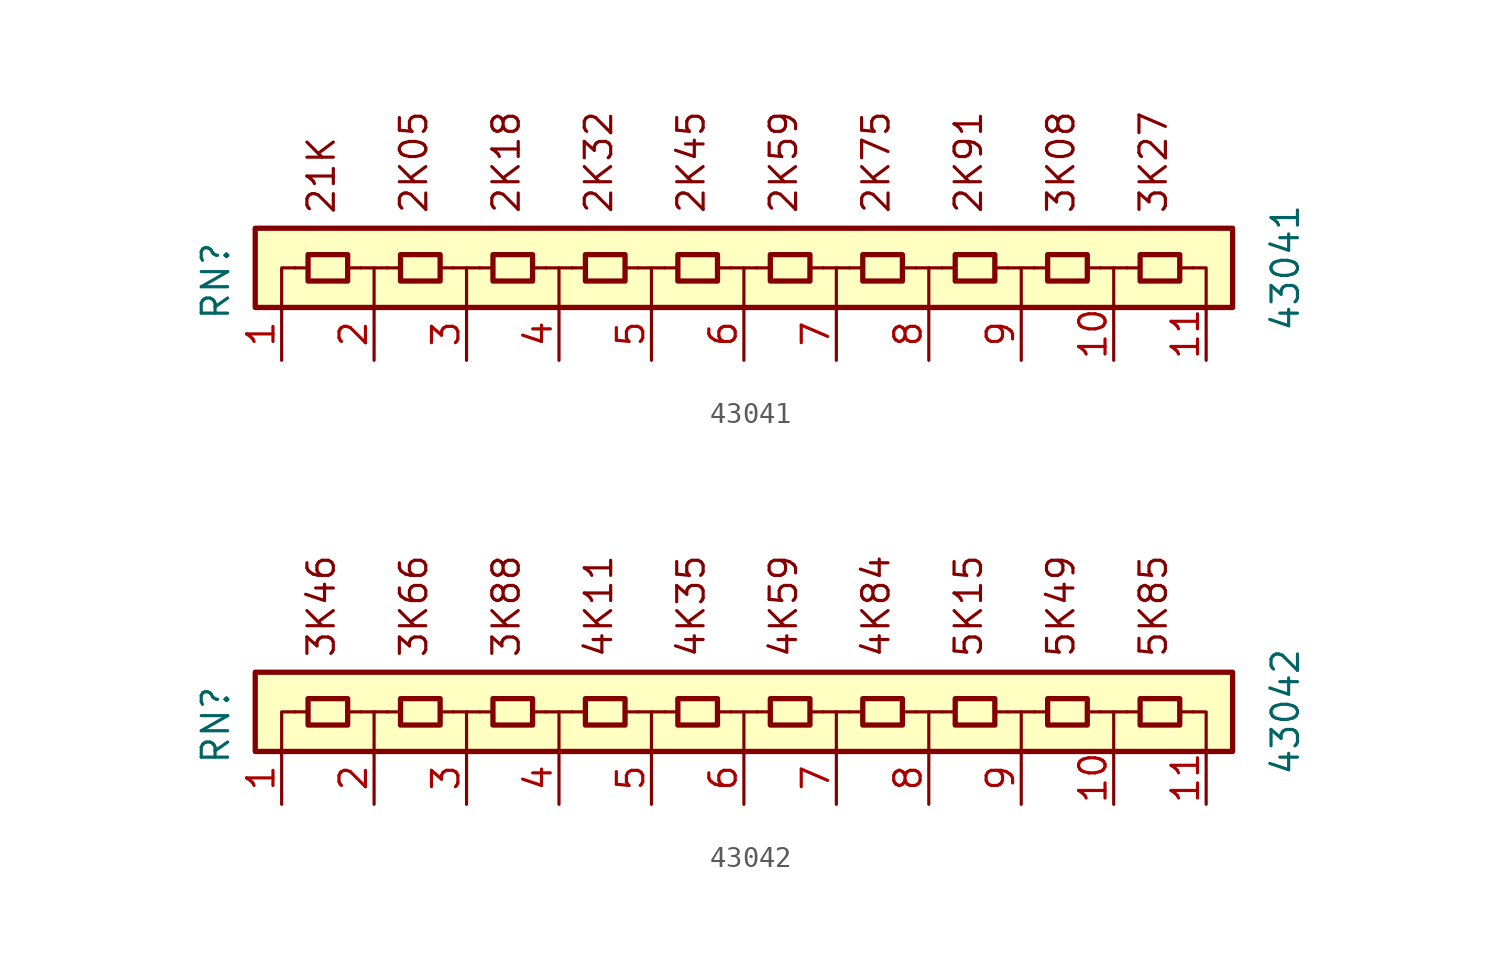
<source format=kicad_sym>
(kicad_symbol_lib
  (version 20211014)
  (generator kicad_symbol_editor)
  (symbol "43041"
    (pin_names
      (offset 0) hide)
    (property "Reference" "RN"
      (at -25.4 -0.635 90)
      (effects (font (size 1.27 1.27))))
    (property "Value" "43041"
      (at 26.035 0 90)
      (effects (font (size 1.27 1.27))))
    (symbol "43041_0_0"
      (text "21K" (at -20.32 4.445 900) (effects (font (size 1.27 1.27))))
      (text "2K05" (at -15.875 5.08 900) (effects (font (size 1.27 1.27))))
      (text "2K18" (at -11.43 5.08 900) (effects (font (size 1.27 1.27))))
      (text "2K32" (at -6.985 5.08 900) (effects (font (size 1.27 1.27))))
      (text "2K45" (at -2.54 5.08 900) (effects (font (size 1.27 1.27))))
      (text "2K59" (at 1.905 5.08 900) (effects (font (size 1.27 1.27))))
      (text "2K75" (at 6.35 5.08 900) (effects (font (size 1.27 1.27))))
      (text "2K91" (at 10.795 5.08 900) (effects (font (size 1.27 1.27))))
      (text "3K08" (at 15.24 5.08 900) (effects (font (size 1.27 1.27))))
      (text "3K27" (at 19.685 5.08 900) (effects (font (size 1.27 1.27)))))
    (symbol "43041_0_1"
      (rectangle (start -23.495 1.905) (end 23.495 -1.905) (stroke (width 0.254) (type default) (color 0 0 0 0)) (fill (type background)))
      (rectangle (start -20.955 0.635) (end -19.05 -0.635) (stroke (width 0.254) (type default) (color 0 0 0 0)) (fill (type none)))
      (rectangle (start -16.51 0.635) (end -14.605 -0.635) (stroke (width 0.254) (type default) (color 0 0 0 0)) (fill (type none)))
      (rectangle (start -12.065 0.635) (end -10.16 -0.635) (stroke (width 0.254) (type default) (color 0 0 0 0)) (fill (type none)))
      (rectangle (start -7.62 0.635) (end -5.715 -0.635) (stroke (width 0.254) (type default) (color 0 0 0 0)) (fill (type none)))
      (rectangle (start -3.175 0.635) (end -1.27 -0.635) (stroke (width 0.254) (type default) (color 0 0 0 0)) (fill (type none)))
      (polyline (pts (xy -20.955 0) (xy -21.59 0)) (stroke (width 0) (type default) (color 0 0 0 0)) (fill (type none)))
      (polyline (pts (xy -18.415 0) (xy -19.05 0)) (stroke (width 0) (type default) (color 0 0 0 0)) (fill (type none)))
      (polyline (pts (xy -18.415 0) (xy -17.145 0)) (stroke (width 0) (type default) (color 0 0 0 0)) (fill (type none)))
      (polyline (pts (xy -17.78 0) (xy -17.78 -1.905)) (stroke (width 0) (type default) (color 0 0 0 0)) (fill (type none)))
      (polyline (pts (xy -16.51 0) (xy -17.145 0)) (stroke (width 0) (type default) (color 0 0 0 0)) (fill (type none)))
      (polyline (pts (xy -13.97 0) (xy -14.605 0)) (stroke (width 0) (type default) (color 0 0 0 0)) (fill (type none)))
      (polyline (pts (xy -13.97 0) (xy -12.7 0)) (stroke (width 0) (type default) (color 0 0 0 0)) (fill (type none)))
      (polyline (pts (xy -13.335 0) (xy -13.335 -1.905)) (stroke (width 0) (type default) (color 0 0 0 0)) (fill (type none)))
      (polyline (pts (xy -12.065 0) (xy -12.7 0)) (stroke (width 0) (type default) (color 0 0 0 0)) (fill (type none)))
      (polyline (pts (xy -9.525 0) (xy -10.16 0)) (stroke (width 0) (type default) (color 0 0 0 0)) (fill (type none)))
      (polyline (pts (xy -9.525 0) (xy -8.255 0)) (stroke (width 0) (type default) (color 0 0 0 0)) (fill (type none)))
      (polyline (pts (xy -8.89 0) (xy -8.89 -1.905)) (stroke (width 0) (type default) (color 0 0 0 0)) (fill (type none)))
      (polyline (pts (xy -7.62 0) (xy -8.255 0)) (stroke (width 0) (type default) (color 0 0 0 0)) (fill (type none)))
      (polyline (pts (xy -5.08 0) (xy -5.715 0)) (stroke (width 0) (type default) (color 0 0 0 0)) (fill (type none)))
      (polyline (pts (xy -5.08 0) (xy -3.81 0)) (stroke (width 0) (type default) (color 0 0 0 0)) (fill (type none)))
      (polyline (pts (xy -4.445 0) (xy -4.445 -1.905)) (stroke (width 0) (type default) (color 0 0 0 0)) (fill (type none)))
      (polyline (pts (xy -3.175 0) (xy -3.81 0)) (stroke (width 0) (type default) (color 0 0 0 0)) (fill (type none)))
      (polyline (pts (xy -0.635 0) (xy -1.27 0)) (stroke (width 0) (type default) (color 0 0 0 0)) (fill (type none)))
      (polyline (pts (xy -0.635 0) (xy 0.635 0)) (stroke (width 0) (type default) (color 0 0 0 0)) (fill (type none)))
      (polyline (pts (xy 0 0) (xy 0 -1.905)) (stroke (width 0) (type default) (color 0 0 0 0)) (fill (type none)))
      (polyline (pts (xy 1.27 0) (xy 0.635 0)) (stroke (width 0) (type default) (color 0 0 0 0)) (fill (type none)))
      (polyline (pts (xy 3.81 0) (xy 3.175 0)) (stroke (width 0) (type default) (color 0 0 0 0)) (fill (type none)))
      (polyline (pts (xy 3.81 0) (xy 5.08 0)) (stroke (width 0) (type default) (color 0 0 0 0)) (fill (type none)))
      (polyline (pts (xy 4.445 0) (xy 4.445 -1.905)) (stroke (width 0) (type default) (color 0 0 0 0)) (fill (type none)))
      (polyline (pts (xy 5.715 0) (xy 5.08 0)) (stroke (width 0) (type default) (color 0 0 0 0)) (fill (type none)))
      (polyline (pts (xy 8.255 0) (xy 7.62 0)) (stroke (width 0) (type default) (color 0 0 0 0)) (fill (type none)))
      (polyline (pts (xy 8.255 0) (xy 9.525 0)) (stroke (width 0) (type default) (color 0 0 0 0)) (fill (type none)))
      (polyline (pts (xy 8.89 0) (xy 8.89 -1.905)) (stroke (width 0) (type default) (color 0 0 0 0)) (fill (type none)))
      (polyline (pts (xy 10.16 0) (xy 9.525 0)) (stroke (width 0) (type default) (color 0 0 0 0)) (fill (type none)))
      (polyline (pts (xy 12.7 0) (xy 12.065 0)) (stroke (width 0) (type default) (color 0 0 0 0)) (fill (type none)))
      (polyline (pts (xy 12.7 0) (xy 13.97 0)) (stroke (width 0) (type default) (color 0 0 0 0)) (fill (type none)))
      (polyline (pts (xy 13.335 0) (xy 13.335 -1.905)) (stroke (width 0) (type default) (color 0 0 0 0)) (fill (type none)))
      (polyline (pts (xy 14.605 0) (xy 13.97 0)) (stroke (width 0) (type default) (color 0 0 0 0)) (fill (type none)))
      (polyline (pts (xy 17.145 0) (xy 16.51 0)) (stroke (width 0) (type default) (color 0 0 0 0)) (fill (type none)))
      (polyline (pts (xy 17.145 0) (xy 18.415 0)) (stroke (width 0) (type default) (color 0 0 0 0)) (fill (type none)))
      (polyline (pts (xy 17.78 0) (xy 17.78 -1.905)) (stroke (width 0) (type default) (color 0 0 0 0)) (fill (type none)))
      (polyline (pts (xy 19.05 0) (xy 18.415 0)) (stroke (width 0) (type default) (color 0 0 0 0)) (fill (type none)))
      (polyline (pts (xy 21.59 0) (xy 20.955 0)) (stroke (width 0) (type default) (color 0 0 0 0)) (fill (type none)))
      (polyline (pts (xy -21.59 0) (xy -22.225 0) (xy -22.225 -1.905)) (stroke (width 0) (type default) (color 0 0 0 0)) (fill (type none)))
      (polyline (pts (xy 21.59 0) (xy 22.225 0) (xy 22.225 -1.905)) (stroke (width 0) (type default) (color 0 0 0 0)) (fill (type none)))
      (rectangle (start 1.27 0.635) (end 3.175 -0.635) (stroke (width 0.254) (type default) (color 0 0 0 0)) (fill (type none)))
      (rectangle (start 5.715 0.635) (end 7.62 -0.635) (stroke (width 0.254) (type default) (color 0 0 0 0)) (fill (type none)))
      (rectangle (start 10.16 0.635) (end 12.065 -0.635) (stroke (width 0.254) (type default) (color 0 0 0 0)) (fill (type none)))
      (rectangle (start 14.605 0.635) (end 16.51 -0.635) (stroke (width 0.254) (type default) (color 0 0 0 0)) (fill (type none)))
      (rectangle (start 19.05 0.635) (end 20.955 -0.635) (stroke (width 0.254) (type default) (color 0 0 0 0)) (fill (type none))))
    (symbol "43041_1_1"
      (pin passive line (at -22.225 -4.445 90) (length 2.54) (name "R1.1" (effects (font (size 1.27 1.27)))) (number "1" (effects (font (size 1.27 1.27)))))
      (pin passive line (at 17.78 -4.445 90) (length 2.54) (name "R10.1" (effects (font (size 1.27 1.27)))) (number "10" (effects (font (size 1.27 1.27)))))
      (pin passive line (at 22.225 -4.445 90) (length 2.54) (name "R10.2" (effects (font (size 1.27 1.27)))) (number "11" (effects (font (size 1.27 1.27)))))
      (pin passive line (at -17.78 -4.445 90) (length 2.54) (name "R2.1" (effects (font (size 1.27 1.27)))) (number "2" (effects (font (size 1.27 1.27)))))
      (pin passive line (at -13.335 -4.445 90) (length 2.54) (name "R3.1" (effects (font (size 1.27 1.27)))) (number "3" (effects (font (size 1.27 1.27)))))
      (pin passive line (at -8.89 -4.445 90) (length 2.54) (name "R4.1" (effects (font (size 1.27 1.27)))) (number "4" (effects (font (size 1.27 1.27)))))
      (pin passive line (at -4.445 -4.445 90) (length 2.54) (name "R5.1" (effects (font (size 1.27 1.27)))) (number "5" (effects (font (size 1.27 1.27)))))
      (pin passive line (at 0 -4.445 90) (length 2.54) (name "R6.1" (effects (font (size 1.27 1.27)))) (number "6" (effects (font (size 1.27 1.27)))))
      (pin passive line (at 4.445 -4.445 90) (length 2.54) (name "R7.1" (effects (font (size 1.27 1.27)))) (number "7" (effects (font (size 1.27 1.27)))))
      (pin passive line (at 8.89 -4.445 90) (length 2.54) (name "R8.1" (effects (font (size 1.27 1.27)))) (number "8" (effects (font (size 1.27 1.27)))))
      (pin passive line (at 13.335 -4.445 90) (length 2.54) (name "R9.1" (effects (font (size 1.27 1.27)))) (number "9" (effects (font (size 1.27 1.27)))))))
  (symbol "43042"
    (pin_names
      (offset 0) hide)
    (property "Reference" "RN"
      (at -25.4 -0.635 90)
      (effects (font (size 1.27 1.27))))
    (property "Value" "43042"
      (at 26.035 0 90)
      (effects (font (size 1.27 1.27))))
    (symbol "43042_0_0"
      (text "3K46" (at -20.32 5.08 900) (effects (font (size 1.27 1.27))))
      (text "3K66" (at -15.875 5.08 900) (effects (font (size 1.27 1.27))))
      (text "3K88" (at -11.43 5.08 900) (effects (font (size 1.27 1.27))))
      (text "4K11" (at -6.985 5.08 900) (effects (font (size 1.27 1.27))))
      (text "4K35" (at -2.54 5.08 900) (effects (font (size 1.27 1.27))))
      (text "4K59" (at 1.905 5.08 900) (effects (font (size 1.27 1.27))))
      (text "4K84" (at 6.35 5.08 900) (effects (font (size 1.27 1.27))))
      (text "5K15" (at 10.795 5.08 900) (effects (font (size 1.27 1.27))))
      (text "5K49" (at 15.24 5.08 900) (effects (font (size 1.27 1.27))))
      (text "5K85" (at 19.685 5.08 900) (effects (font (size 1.27 1.27)))))
    (symbol "43042_0_1"
      (rectangle (start -23.495 1.905) (end 23.495 -1.905) (stroke (width 0.254) (type default) (color 0 0 0 0)) (fill (type background)))
      (rectangle (start -20.955 0.635) (end -19.05 -0.635) (stroke (width 0.254) (type default) (color 0 0 0 0)) (fill (type none)))
      (rectangle (start -16.51 0.635) (end -14.605 -0.635) (stroke (width 0.254) (type default) (color 0 0 0 0)) (fill (type none)))
      (rectangle (start -12.065 0.635) (end -10.16 -0.635) (stroke (width 0.254) (type default) (color 0 0 0 0)) (fill (type none)))
      (rectangle (start -7.62 0.635) (end -5.715 -0.635) (stroke (width 0.254) (type default) (color 0 0 0 0)) (fill (type none)))
      (rectangle (start -3.175 0.635) (end -1.27 -0.635) (stroke (width 0.254) (type default) (color 0 0 0 0)) (fill (type none)))
      (polyline (pts (xy -20.955 0) (xy -21.59 0)) (stroke (width 0) (type default) (color 0 0 0 0)) (fill (type none)))
      (polyline (pts (xy -18.415 0) (xy -19.05 0)) (stroke (width 0) (type default) (color 0 0 0 0)) (fill (type none)))
      (polyline (pts (xy -18.415 0) (xy -17.145 0)) (stroke (width 0) (type default) (color 0 0 0 0)) (fill (type none)))
      (polyline (pts (xy -17.78 0) (xy -17.78 -1.905)) (stroke (width 0) (type default) (color 0 0 0 0)) (fill (type none)))
      (polyline (pts (xy -16.51 0) (xy -17.145 0)) (stroke (width 0) (type default) (color 0 0 0 0)) (fill (type none)))
      (polyline (pts (xy -13.97 0) (xy -14.605 0)) (stroke (width 0) (type default) (color 0 0 0 0)) (fill (type none)))
      (polyline (pts (xy -13.97 0) (xy -12.7 0)) (stroke (width 0) (type default) (color 0 0 0 0)) (fill (type none)))
      (polyline (pts (xy -13.335 0) (xy -13.335 -1.905)) (stroke (width 0) (type default) (color 0 0 0 0)) (fill (type none)))
      (polyline (pts (xy -12.065 0) (xy -12.7 0)) (stroke (width 0) (type default) (color 0 0 0 0)) (fill (type none)))
      (polyline (pts (xy -9.525 0) (xy -10.16 0)) (stroke (width 0) (type default) (color 0 0 0 0)) (fill (type none)))
      (polyline (pts (xy -9.525 0) (xy -8.255 0)) (stroke (width 0) (type default) (color 0 0 0 0)) (fill (type none)))
      (polyline (pts (xy -8.89 0) (xy -8.89 -1.905)) (stroke (width 0) (type default) (color 0 0 0 0)) (fill (type none)))
      (polyline (pts (xy -7.62 0) (xy -8.255 0)) (stroke (width 0) (type default) (color 0 0 0 0)) (fill (type none)))
      (polyline (pts (xy -5.08 0) (xy -5.715 0)) (stroke (width 0) (type default) (color 0 0 0 0)) (fill (type none)))
      (polyline (pts (xy -5.08 0) (xy -3.81 0)) (stroke (width 0) (type default) (color 0 0 0 0)) (fill (type none)))
      (polyline (pts (xy -4.445 0) (xy -4.445 -1.905)) (stroke (width 0) (type default) (color 0 0 0 0)) (fill (type none)))
      (polyline (pts (xy -3.175 0) (xy -3.81 0)) (stroke (width 0) (type default) (color 0 0 0 0)) (fill (type none)))
      (polyline (pts (xy -0.635 0) (xy -1.27 0)) (stroke (width 0) (type default) (color 0 0 0 0)) (fill (type none)))
      (polyline (pts (xy -0.635 0) (xy 0.635 0)) (stroke (width 0) (type default) (color 0 0 0 0)) (fill (type none)))
      (polyline (pts (xy 0 0) (xy 0 -1.905)) (stroke (width 0) (type default) (color 0 0 0 0)) (fill (type none)))
      (polyline (pts (xy 1.27 0) (xy 0.635 0)) (stroke (width 0) (type default) (color 0 0 0 0)) (fill (type none)))
      (polyline (pts (xy 3.81 0) (xy 3.175 0)) (stroke (width 0) (type default) (color 0 0 0 0)) (fill (type none)))
      (polyline (pts (xy 3.81 0) (xy 5.08 0)) (stroke (width 0) (type default) (color 0 0 0 0)) (fill (type none)))
      (polyline (pts (xy 4.445 0) (xy 4.445 -1.905)) (stroke (width 0) (type default) (color 0 0 0 0)) (fill (type none)))
      (polyline (pts (xy 5.715 0) (xy 5.08 0)) (stroke (width 0) (type default) (color 0 0 0 0)) (fill (type none)))
      (polyline (pts (xy 8.255 0) (xy 7.62 0)) (stroke (width 0) (type default) (color 0 0 0 0)) (fill (type none)))
      (polyline (pts (xy 8.255 0) (xy 9.525 0)) (stroke (width 0) (type default) (color 0 0 0 0)) (fill (type none)))
      (polyline (pts (xy 8.89 0) (xy 8.89 -1.905)) (stroke (width 0) (type default) (color 0 0 0 0)) (fill (type none)))
      (polyline (pts (xy 10.16 0) (xy 9.525 0)) (stroke (width 0) (type default) (color 0 0 0 0)) (fill (type none)))
      (polyline (pts (xy 12.7 0) (xy 12.065 0)) (stroke (width 0) (type default) (color 0 0 0 0)) (fill (type none)))
      (polyline (pts (xy 12.7 0) (xy 13.97 0)) (stroke (width 0) (type default) (color 0 0 0 0)) (fill (type none)))
      (polyline (pts (xy 13.335 0) (xy 13.335 -1.905)) (stroke (width 0) (type default) (color 0 0 0 0)) (fill (type none)))
      (polyline (pts (xy 14.605 0) (xy 13.97 0)) (stroke (width 0) (type default) (color 0 0 0 0)) (fill (type none)))
      (polyline (pts (xy 17.145 0) (xy 16.51 0)) (stroke (width 0) (type default) (color 0 0 0 0)) (fill (type none)))
      (polyline (pts (xy 17.145 0) (xy 18.415 0)) (stroke (width 0) (type default) (color 0 0 0 0)) (fill (type none)))
      (polyline (pts (xy 17.78 0) (xy 17.78 -1.905)) (stroke (width 0) (type default) (color 0 0 0 0)) (fill (type none)))
      (polyline (pts (xy 19.05 0) (xy 18.415 0)) (stroke (width 0) (type default) (color 0 0 0 0)) (fill (type none)))
      (polyline (pts (xy 21.59 0) (xy 20.955 0)) (stroke (width 0) (type default) (color 0 0 0 0)) (fill (type none)))
      (polyline (pts (xy -21.59 0) (xy -22.225 0) (xy -22.225 -1.905)) (stroke (width 0) (type default) (color 0 0 0 0)) (fill (type none)))
      (polyline (pts (xy 21.59 0) (xy 22.225 0) (xy 22.225 -1.905)) (stroke (width 0) (type default) (color 0 0 0 0)) (fill (type none)))
      (rectangle (start 1.27 0.635) (end 3.175 -0.635) (stroke (width 0.254) (type default) (color 0 0 0 0)) (fill (type none)))
      (rectangle (start 5.715 0.635) (end 7.62 -0.635) (stroke (width 0.254) (type default) (color 0 0 0 0)) (fill (type none)))
      (rectangle (start 10.16 0.635) (end 12.065 -0.635) (stroke (width 0.254) (type default) (color 0 0 0 0)) (fill (type none)))
      (rectangle (start 14.605 0.635) (end 16.51 -0.635) (stroke (width 0.254) (type default) (color 0 0 0 0)) (fill (type none)))
      (rectangle (start 19.05 0.635) (end 20.955 -0.635) (stroke (width 0.254) (type default) (color 0 0 0 0)) (fill (type none))))
    (symbol "43042_1_1"
      (pin passive line (at -22.225 -4.445 90) (length 2.54) (name "R1.1" (effects (font (size 1.27 1.27)))) (number "1" (effects (font (size 1.27 1.27)))))
      (pin passive line (at 17.78 -4.445 90) (length 2.54) (name "R10.1" (effects (font (size 1.27 1.27)))) (number "10" (effects (font (size 1.27 1.27)))))
      (pin passive line (at 22.225 -4.445 90) (length 2.54) (name "R10.2" (effects (font (size 1.27 1.27)))) (number "11" (effects (font (size 1.27 1.27)))))
      (pin passive line (at -17.78 -4.445 90) (length 2.54) (name "R2.1" (effects (font (size 1.27 1.27)))) (number "2" (effects (font (size 1.27 1.27)))))
      (pin passive line (at -13.335 -4.445 90) (length 2.54) (name "R3.1" (effects (font (size 1.27 1.27)))) (number "3" (effects (font (size 1.27 1.27)))))
      (pin passive line (at -8.89 -4.445 90) (length 2.54) (name "R4.1" (effects (font (size 1.27 1.27)))) (number "4" (effects (font (size 1.27 1.27)))))
      (pin passive line (at -4.445 -4.445 90) (length 2.54) (name "R5.1" (effects (font (size 1.27 1.27)))) (number "5" (effects (font (size 1.27 1.27)))))
      (pin passive line (at 0 -4.445 90) (length 2.54) (name "R6.1" (effects (font (size 1.27 1.27)))) (number "6" (effects (font (size 1.27 1.27)))))
      (pin passive line (at 4.445 -4.445 90) (length 2.54) (name "R7.1" (effects (font (size 1.27 1.27)))) (number "7" (effects (font (size 1.27 1.27)))))
      (pin passive line (at 8.89 -4.445 90) (length 2.54) (name "R8.1" (effects (font (size 1.27 1.27)))) (number "8" (effects (font (size 1.27 1.27)))))
      (pin passive line (at 13.335 -4.445 90) (length 2.54) (name "R9.1" (effects (font (size 1.27 1.27)))) (number "9" (effects (font (size 1.27 1.27))))))))
</source>
